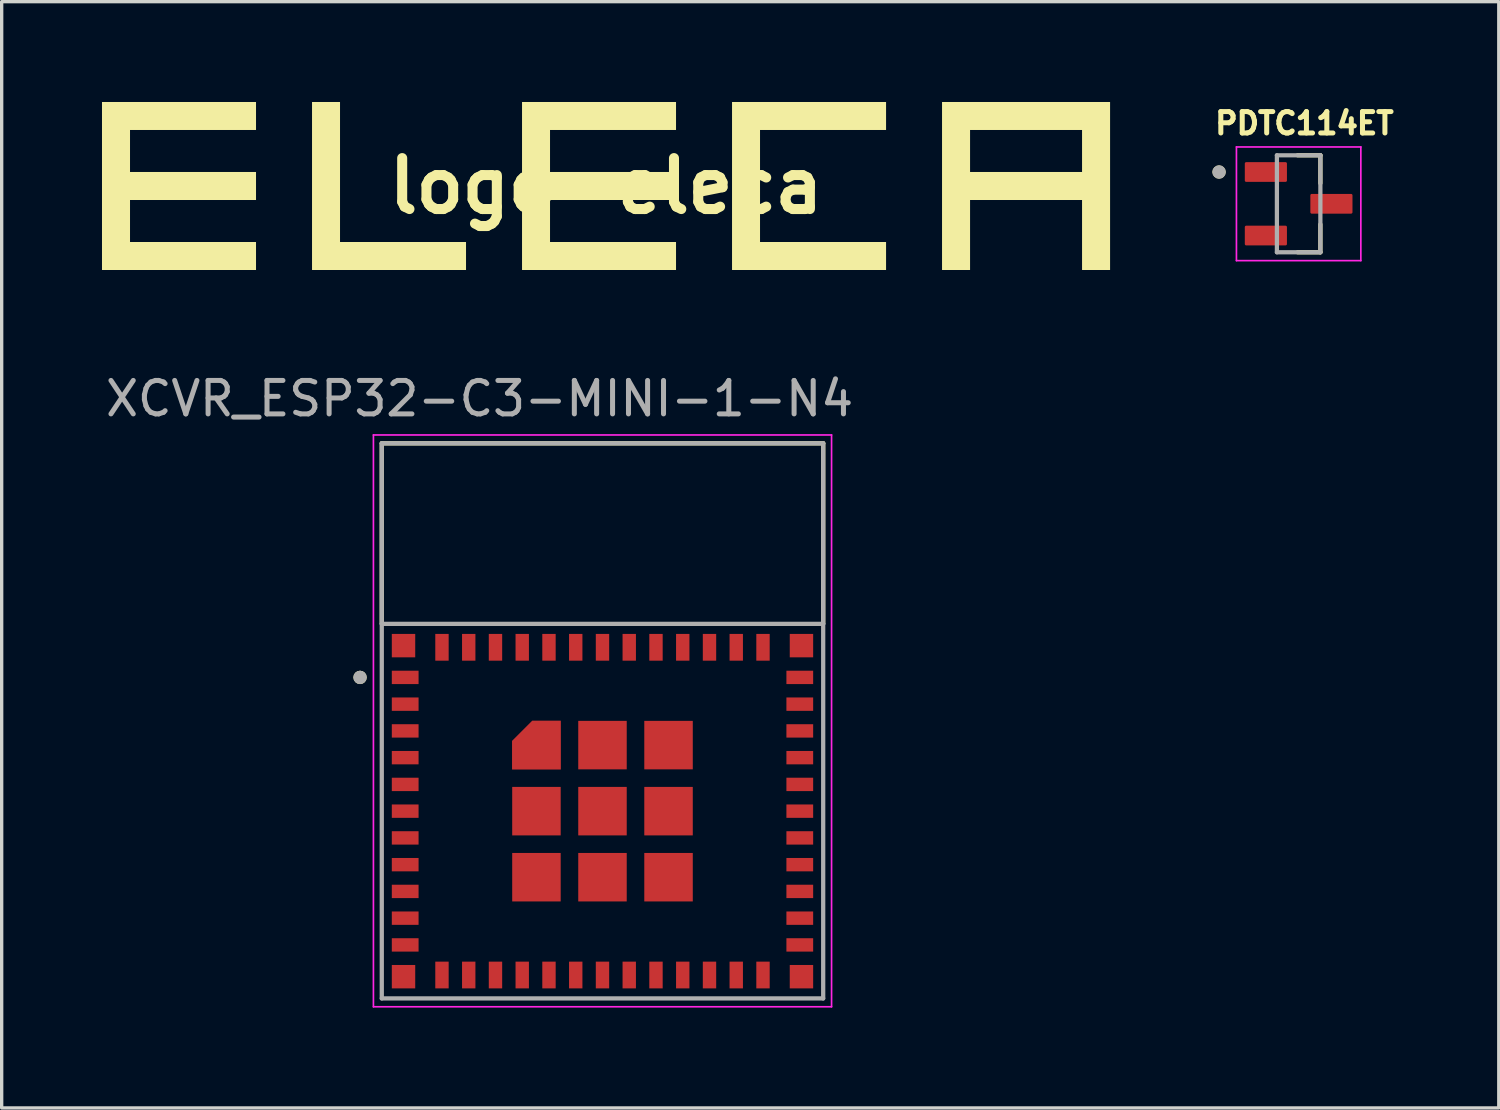
<source format=kicad_pcb>
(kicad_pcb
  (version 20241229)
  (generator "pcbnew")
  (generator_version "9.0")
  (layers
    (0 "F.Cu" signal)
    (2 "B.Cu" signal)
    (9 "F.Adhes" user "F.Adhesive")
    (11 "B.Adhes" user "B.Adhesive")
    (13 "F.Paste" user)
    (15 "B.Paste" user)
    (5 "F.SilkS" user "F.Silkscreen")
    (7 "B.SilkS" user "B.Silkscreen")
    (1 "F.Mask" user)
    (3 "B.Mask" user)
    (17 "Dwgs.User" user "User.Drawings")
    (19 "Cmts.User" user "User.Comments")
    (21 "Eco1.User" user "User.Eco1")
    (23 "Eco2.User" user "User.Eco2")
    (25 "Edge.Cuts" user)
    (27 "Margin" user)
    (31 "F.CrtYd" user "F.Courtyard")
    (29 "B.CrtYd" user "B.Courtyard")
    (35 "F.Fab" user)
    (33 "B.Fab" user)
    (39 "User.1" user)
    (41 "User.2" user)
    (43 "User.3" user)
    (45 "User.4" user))
  (footprint "logo-eleca"
    (layer "F.Cu")
    (at 15.073 2.512)
    (property "Reference" "logo-eleca" (at 0 0 0) (layer "F.SilkS") (effects (font (size 1.524 1.524) (thickness 0.3))))
    (attr board_only exclude_from_pos_files exclude_from_bom)
    (fp_poly (pts (xy -7.955 1.675) (xy -4.187 1.675) (xy -4.187 2.512) (xy -8.792 2.512) (xy -8.792 -2.512) (xy -7.955 -2.512)) (stroke (width 0) (type solid)) (fill yes) (layer "F.SilkS"))
    (fp_poly (pts (xy 8.374 -1.675) (xy 4.605 -1.675) (xy 4.605 1.675) (xy 8.374 1.675) (xy 8.374 2.512) (xy 3.768 2.512) (xy 3.768 -2.512) (xy 8.374 -2.512)) (stroke (width 0) (type solid)) (fill yes) (layer "F.SilkS"))
    (fp_poly (pts (xy -10.467 -1.675) (xy -14.235 -1.675) (xy -14.235 -0.419) (xy -10.467 -0.419) (xy -10.467 0.419) (xy -14.235 0.419) (xy -14.235 1.675) (xy -10.467 1.675) (xy -10.467 2.512) (xy -15.073 2.512) (xy -15.073 -2.512) (xy -10.467 -2.512)) (stroke (width 0) (type solid)) (fill yes) (layer "F.SilkS"))
    (fp_poly (pts (xy 2.093 -1.675) (xy -1.675 -1.675) (xy -1.675 -0.419) (xy 2.093 -0.419) (xy 2.093 0.419) (xy -1.675 0.419) (xy -1.675 1.675) (xy 2.093 1.675) (xy 2.093 2.512) (xy -2.512 2.512) (xy -2.512 -2.512) (xy 2.093 -2.512)) (stroke (width 0) (type solid)) (fill yes) (layer "F.SilkS"))
    (fp_poly (pts (xy 15.073 2.512) (xy 14.235 2.512) (xy 14.235 0.419) (xy 10.886 0.419) (xy 10.886 2.512) (xy 10.048 2.512) (xy 10.048 -0.419) (xy 10.886 -0.419) (xy 14.235 -0.419) (xy 14.235 -1.675) (xy 10.886 -1.675) (xy 10.886 -0.419) (xy 10.048 -0.419) (xy 10.048 -2.512) (xy 15.073 -2.512)) (stroke (width 0) (type solid)) (fill yes) (layer "F.SilkS")))
  (footprint "PDTC114ET"
    (layer "F.Cu")
    (at 35.785 3.044)
    (property "Reference" "PDTC114ET" (at 0.172 -2.406 0) (layer "F.SilkS") (effects (font (size 0.64 0.64) (thickness 0.15))))
    (attr smd)
    (fp_line (start -0.03 1.45) (end 0.65 1.45) (stroke (width 0.127) (type solid)) (layer "F.SilkS"))
    (fp_line (start 0.65 -1.45) (end -0.03 -1.45) (stroke (width 0.127) (type solid)) (layer "F.SilkS"))
    (fp_line (start 0.65 -0.615) (end 0.65 -1.45) (stroke (width 0.127) (type solid)) (layer "F.SilkS"))
    (fp_line (start 0.65 1.45) (end 0.65 0.615) (stroke (width 0.127) (type solid)) (layer "F.SilkS"))
    (fp_circle (center -2.38 -0.95) (end -2.28 -0.95) (stroke (width 0.2) (type solid)) (fill no) (layer "F.SilkS"))
    (fp_line (start -1.86 -1.7) (end -1.86 1.7) (stroke (width 0.05) (type solid)) (layer "F.CrtYd"))
    (fp_line (start -1.86 1.7) (end 1.86 1.7) (stroke (width 0.05) (type solid)) (layer "F.CrtYd"))
    (fp_line (start 1.86 -1.7) (end -1.86 -1.7) (stroke (width 0.05) (type solid)) (layer "F.CrtYd"))
    (fp_line (start 1.86 1.7) (end 1.86 -1.7) (stroke (width 0.05) (type solid)) (layer "F.CrtYd"))
    (fp_line (start -0.65 -1.45) (end -0.65 1.45) (stroke (width 0.127) (type solid)) (layer "F.Fab"))
    (fp_line (start -0.65 1.45) (end 0.65 1.45) (stroke (width 0.127) (type solid)) (layer "F.Fab"))
    (fp_line (start 0.65 -1.45) (end -0.65 -1.45) (stroke (width 0.127) (type solid)) (layer "F.Fab"))
    (fp_line (start 0.65 1.45) (end 0.65 -1.45) (stroke (width 0.127) (type solid)) (layer "F.Fab"))
    (fp_circle (center -2.38 -0.95) (end -2.28 -0.95) (stroke (width 0.2) (type solid)) (fill no) (layer "F.Fab"))
    (pad "1" smd roundrect (at -0.98 -0.95) (size 1.26 0.59) (layers "F.Cu" "F.Mask" "F.Paste") (roundrect_rratio 0.07))
    (pad "2" smd roundrect (at -0.98 0.95) (size 1.26 0.59) (layers "F.Cu" "F.Mask" "F.Paste") (roundrect_rratio 0.07))
    (pad "3" smd roundrect (at 0.98 0) (size 1.26 0.59) (layers "F.Cu" "F.Mask" "F.Paste") (roundrect_rratio 0.07)))
  (footprint "XCVR_ESP32-C3-MINI-1-N4"
    (layer "F.Cu")
    (at 14.967 18.507)
    (property "Reference" "XCVR_ESP32-C3-MINI-1-N4" (at -3.675 -9.635 0) (layer "F.Fab") (effects (font (size 1 1) (thickness 0.15))))
    (attr smd)
    (fp_poly (pts (xy -1.15 1.55) (xy -2.8 1.55) (xy -2.8 0.56) (xy -2.14 -0.1) (xy -1.15 -0.1)) (stroke (width 0.01) (type solid)) (fill yes) (layer "F.Mask"))
    (fp_line (start -6.6 -8.3) (end 6.6 -8.3) (stroke (width 0.127) (type solid)) (layer "F.SilkS"))
    (fp_line (start -6.6 -2.92) (end -6.6 -8.3) (stroke (width 0.127) (type solid)) (layer "F.SilkS"))
    (fp_line (start 6.6 -8.3) (end 6.6 -2.92) (stroke (width 0.127) (type solid)) (layer "F.SilkS"))
    (fp_circle (center -7.25 -1.3) (end -7.15 -1.3) (stroke (width 0.2) (type solid)) (fill no) (layer "F.SilkS"))
    (fp_poly (pts (xy -1.25 1.45) (xy -2.7 1.45) (xy -2.7 0.6) (xy -2.1 0) (xy -1.25 0)) (stroke (width 0.01) (type solid)) (fill yes) (layer "F.Paste"))
    (fp_line (start -6.85 -8.55) (end -6.85 8.55) (stroke (width 0.05) (type solid)) (layer "F.CrtYd"))
    (fp_line (start -6.85 8.55) (end 6.85 8.55) (stroke (width 0.05) (type solid)) (layer "F.CrtYd"))
    (fp_line (start 6.85 -8.55) (end -6.85 -8.55) (stroke (width 0.05) (type solid)) (layer "F.CrtYd"))
    (fp_line (start 6.85 8.55) (end 6.85 -8.55) (stroke (width 0.05) (type solid)) (layer "F.CrtYd"))
    (fp_line (start -6.6 -8.3) (end 6.6 -8.3) (stroke (width 0.127) (type solid)) (layer "F.Fab"))
    (fp_line (start -6.6 -2.9) (end -6.6 -8.3) (stroke (width 0.127) (type solid)) (layer "F.Fab"))
    (fp_line (start -6.6 -2.9) (end 6.6 -2.9) (stroke (width 0.127) (type solid)) (layer "F.Fab"))
    (fp_line (start -6.6 8.3) (end -6.6 -2.9) (stroke (width 0.127) (type solid)) (layer "F.Fab"))
    (fp_line (start 6.6 -8.3) (end 6.6 -2.9) (stroke (width 0.127) (type solid)) (layer "F.Fab"))
    (fp_line (start 6.6 -2.9) (end 6.6 8.3) (stroke (width 0.127) (type solid)) (layer "F.Fab"))
    (fp_line (start 6.6 8.3) (end -6.6 8.3) (stroke (width 0.127) (type solid)) (layer "F.Fab"))
    (fp_circle (center -7.25 -1.3) (end -7.15 -1.3) (stroke (width 0.2) (type solid)) (fill no) (layer "F.Fab"))
    (pad "1" smd rect (at -5.9 -1.3) (size 0.8 0.4) (layers "F.Cu" "F.Mask" "F.Paste"))
    (pad "2" smd rect (at -5.9 -0.5) (size 0.8 0.4) (layers "F.Cu" "F.Mask" "F.Paste"))
    (pad "3" smd rect (at -5.9 0.3) (size 0.8 0.4) (layers "F.Cu" "F.Mask" "F.Paste"))
    (pad "4" smd rect (at -5.9 1.1) (size 0.8 0.4) (layers "F.Cu" "F.Mask" "F.Paste"))
    (pad "5" smd rect (at -5.9 1.9) (size 0.8 0.4) (layers "F.Cu" "F.Mask" "F.Paste"))
    (pad "6" smd rect (at -5.9 2.7) (size 0.8 0.4) (layers "F.Cu" "F.Mask" "F.Paste"))
    (pad "7" smd rect (at -5.9 3.5) (size 0.8 0.4) (layers "F.Cu" "F.Mask" "F.Paste"))
    (pad "8" smd rect (at -5.9 4.3) (size 0.8 0.4) (layers "F.Cu" "F.Mask" "F.Paste"))
    (pad "9" smd rect (at -5.9 5.1) (size 0.8 0.4) (layers "F.Cu" "F.Mask" "F.Paste"))
    (pad "10" smd rect (at -5.9 5.9) (size 0.8 0.4) (layers "F.Cu" "F.Mask" "F.Paste"))
    (pad "11" smd rect (at -5.9 6.7) (size 0.8 0.4) (layers "F.Cu" "F.Mask" "F.Paste"))
    (pad "12" smd rect (at -4.8 7.6) (size 0.4 0.8) (layers "F.Cu" "F.Mask" "F.Paste"))
    (pad "13" smd rect (at -4 7.6) (size 0.4 0.8) (layers "F.Cu" "F.Mask" "F.Paste"))
    (pad "14" smd rect (at -3.2 7.6) (size 0.4 0.8) (layers "F.Cu" "F.Mask" "F.Paste"))
    (pad "15" smd rect (at -2.4 7.6) (size 0.4 0.8) (layers "F.Cu" "F.Mask" "F.Paste"))
    (pad "16" smd rect (at -1.6 7.6) (size 0.4 0.8) (layers "F.Cu" "F.Mask" "F.Paste"))
    (pad "17" smd rect (at -0.8 7.6) (size 0.4 0.8) (layers "F.Cu" "F.Mask" "F.Paste"))
    (pad "18" smd rect (at 0 7.6) (size 0.4 0.8) (layers "F.Cu" "F.Mask" "F.Paste"))
    (pad "19" smd rect (at 0.8 7.6) (size 0.4 0.8) (layers "F.Cu" "F.Mask" "F.Paste"))
    (pad "20" smd rect (at 1.6 7.6) (size 0.4 0.8) (layers "F.Cu" "F.Mask" "F.Paste"))
    (pad "21" smd rect (at 2.4 7.6) (size 0.4 0.8) (layers "F.Cu" "F.Mask" "F.Paste"))
    (pad "22" smd rect (at 3.2 7.6) (size 0.4 0.8) (layers "F.Cu" "F.Mask" "F.Paste"))
    (pad "23" smd rect (at 4 7.6) (size 0.4 0.8) (layers "F.Cu" "F.Mask" "F.Paste"))
    (pad "24" smd rect (at 4.8 7.6) (size 0.4 0.8) (layers "F.Cu" "F.Mask" "F.Paste"))
    (pad "25" smd rect (at 5.9 6.7) (size 0.8 0.4) (layers "F.Cu" "F.Mask" "F.Paste"))
    (pad "26" smd rect (at 5.9 5.9) (size 0.8 0.4) (layers "F.Cu" "F.Mask" "F.Paste"))
    (pad "27" smd rect (at 5.9 5.1) (size 0.8 0.4) (layers "F.Cu" "F.Mask" "F.Paste"))
    (pad "28" smd rect (at 5.9 4.3) (size 0.8 0.4) (layers "F.Cu" "F.Mask" "F.Paste"))
    (pad "29" smd rect (at 5.9 3.5) (size 0.8 0.4) (layers "F.Cu" "F.Mask" "F.Paste"))
    (pad "30" smd rect (at 5.9 2.7) (size 0.8 0.4) (layers "F.Cu" "F.Mask" "F.Paste"))
    (pad "31" smd rect (at 5.9 1.9) (size 0.8 0.4) (layers "F.Cu" "F.Mask" "F.Paste"))
    (pad "32" smd rect (at 5.9 1.1) (size 0.8 0.4) (layers "F.Cu" "F.Mask" "F.Paste"))
    (pad "33" smd rect (at 5.9 0.3) (size 0.8 0.4) (layers "F.Cu" "F.Mask" "F.Paste"))
    (pad "34" smd rect (at 5.9 -0.5) (size 0.8 0.4) (layers "F.Cu" "F.Mask" "F.Paste"))
    (pad "35" smd rect (at 5.9 -1.3) (size 0.8 0.4) (layers "F.Cu" "F.Mask" "F.Paste"))
    (pad "36" smd rect (at 4.8 -2.2) (size 0.4 0.8) (layers "F.Cu" "F.Mask" "F.Paste"))
    (pad "37" smd rect (at 4 -2.2) (size 0.4 0.8) (layers "F.Cu" "F.Mask" "F.Paste"))
    (pad "38" smd rect (at 3.2 -2.2) (size 0.4 0.8) (layers "F.Cu" "F.Mask" "F.Paste"))
    (pad "39" smd rect (at 2.4 -2.2) (size 0.4 0.8) (layers "F.Cu" "F.Mask" "F.Paste"))
    (pad "40" smd rect (at 1.6 -2.2) (size 0.4 0.8) (layers "F.Cu" "F.Mask" "F.Paste"))
    (pad "41" smd rect (at 0.8 -2.2) (size 0.4 0.8) (layers "F.Cu" "F.Mask" "F.Paste"))
    (pad "42" smd rect (at 0 -2.2) (size 0.4 0.8) (layers "F.Cu" "F.Mask" "F.Paste"))
    (pad "43" smd rect (at -0.8 -2.2) (size 0.4 0.8) (layers "F.Cu" "F.Mask" "F.Paste"))
    (pad "44" smd rect (at -1.6 -2.2) (size 0.4 0.8) (layers "F.Cu" "F.Mask" "F.Paste"))
    (pad "45" smd rect (at -2.4 -2.2) (size 0.4 0.8) (layers "F.Cu" "F.Mask" "F.Paste"))
    (pad "46" smd rect (at -3.2 -2.2) (size 0.4 0.8) (layers "F.Cu" "F.Mask" "F.Paste"))
    (pad "47" smd rect (at -4 -2.2) (size 0.4 0.8) (layers "F.Cu" "F.Mask" "F.Paste"))
    (pad "48" smd rect (at -4.8 -2.2) (size 0.4 0.8) (layers "F.Cu" "F.Mask" "F.Paste"))
    (pad "49_1" smd custom (at -1.975 0.725) (size 0.6 0.6) (layers "F.Cu") (options (anchor rect)) (primitives (gr_poly (pts (xy 0.725 0.725) (xy -0.725 0.725) (xy -0.725 -0.125) (xy -0.125 -0.725) (xy 0.725 -0.725)) (width 0.01) (fill yes))))
    (pad "49_2" smd rect (at 0 0.725) (size 1.45 1.45) (layers "F.Cu" "F.Mask" "F.Paste"))
    (pad "49_3" smd rect (at 1.975 0.725) (size 1.45 1.45) (layers "F.Cu" "F.Mask" "F.Paste"))
    (pad "49_4" smd rect (at 1.975 2.7) (size 1.45 1.45) (layers "F.Cu" "F.Mask" "F.Paste"))
    (pad "49_5" smd rect (at 1.975 4.675) (size 1.45 1.45) (layers "F.Cu" "F.Mask" "F.Paste"))
    (pad "49_6" smd rect (at 0 4.675) (size 1.45 1.45) (layers "F.Cu" "F.Mask" "F.Paste"))
    (pad "49_7" smd rect (at -1.975 4.675) (size 1.45 1.45) (layers "F.Cu" "F.Mask" "F.Paste"))
    (pad "49_8" smd rect (at -1.975 2.7) (size 1.45 1.45) (layers "F.Cu" "F.Mask" "F.Paste"))
    (pad "49_9" smd rect (at 0 2.7) (size 1.45 1.45) (layers "F.Cu" "F.Mask" "F.Paste"))
    (pad "50" smd rect (at 5.95 -2.25) (size 0.7 0.7) (layers "F.Cu" "F.Mask" "F.Paste"))
    (pad "51" smd rect (at 5.95 7.65) (size 0.7 0.7) (layers "F.Cu" "F.Mask" "F.Paste"))
    (pad "52" smd rect (at -5.95 7.65) (size 0.7 0.7) (layers "F.Cu" "F.Mask" "F.Paste"))
    (pad "53" smd rect (at -5.95 -2.25) (size 0.7 0.7) (layers "F.Cu" "F.Mask" "F.Paste"))
    (zone (net_name "") (layer "F.Cu") (hatch full 0.508) (connect_pads) (min_thickness 0.01) (filled_areas_thickness no) (keepout (tracks not_allowed) (vias not_allowed) (pads not_allowed) (copperpour not_allowed) (footprints allowed)) (placement (enabled no)) (fill) (polygon (pts (xy 8.367 10.207) (xy 21.567 10.207) (xy 21.567 15.607) (xy 8.367 15.607))))
    (zone (net_name "") (layers "F.Cu" "B.Cu") (hatch full 0.508) (connect_pads) (min_thickness 0.01) (filled_areas_thickness no) (keepout (tracks allowed) (vias not_allowed) (pads allowed) (copperpour allowed) (footprints allowed)) (placement (enabled no)) (fill) (polygon (pts (xy 8.367 10.207) (xy 21.567 10.207) (xy 21.567 15.607) (xy 8.367 15.607))))
    (zone (net_name "") (layer "B.Cu") (hatch full 0.508) (connect_pads) (min_thickness 0.01) (filled_areas_thickness no) (keepout (tracks not_allowed) (vias not_allowed) (pads not_allowed) (copperpour not_allowed) (footprints allowed)) (placement (enabled no)) (fill) (polygon (pts (xy 8.367 10.207) (xy 21.567 10.207) (xy 21.567 15.607) (xy 8.367 15.607)))))
  (gr_rect
    (start -3 -3)
    (end 41.77 30.082)
    (stroke (width 0.1) (type default))
    (fill no)
    (layer "Edge.Cuts")))
</source>
